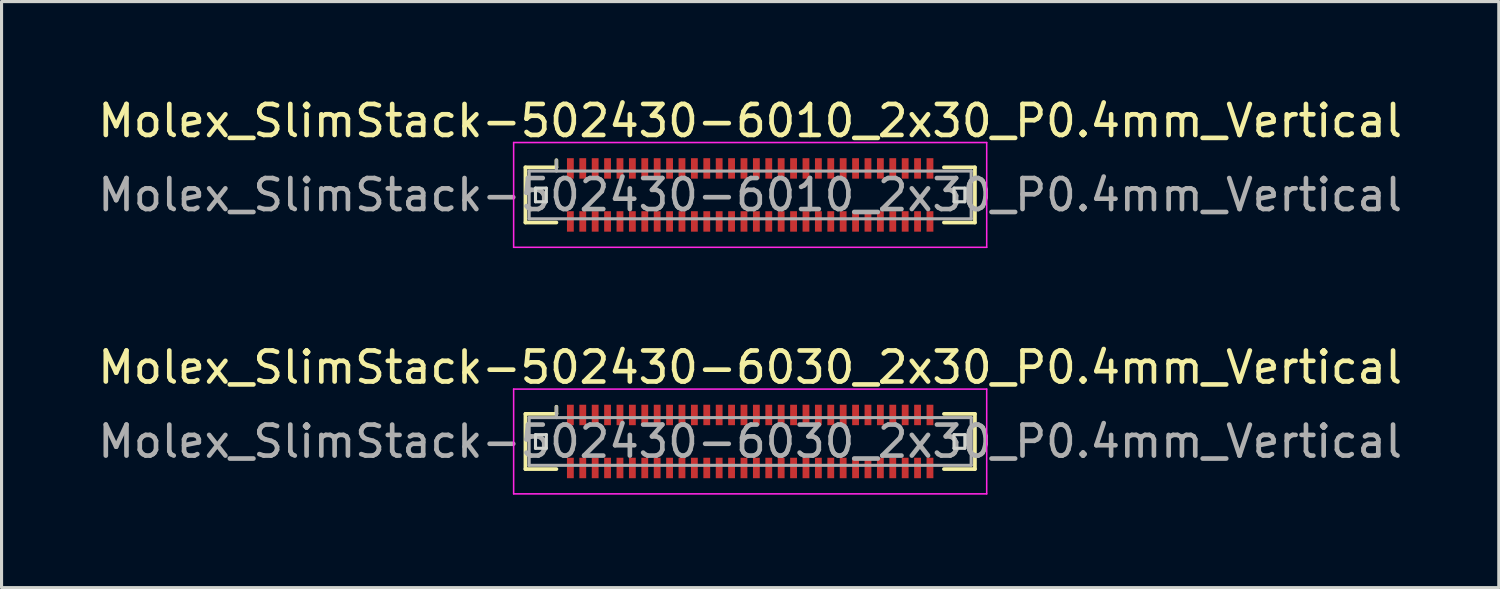
<source format=kicad_pcb>
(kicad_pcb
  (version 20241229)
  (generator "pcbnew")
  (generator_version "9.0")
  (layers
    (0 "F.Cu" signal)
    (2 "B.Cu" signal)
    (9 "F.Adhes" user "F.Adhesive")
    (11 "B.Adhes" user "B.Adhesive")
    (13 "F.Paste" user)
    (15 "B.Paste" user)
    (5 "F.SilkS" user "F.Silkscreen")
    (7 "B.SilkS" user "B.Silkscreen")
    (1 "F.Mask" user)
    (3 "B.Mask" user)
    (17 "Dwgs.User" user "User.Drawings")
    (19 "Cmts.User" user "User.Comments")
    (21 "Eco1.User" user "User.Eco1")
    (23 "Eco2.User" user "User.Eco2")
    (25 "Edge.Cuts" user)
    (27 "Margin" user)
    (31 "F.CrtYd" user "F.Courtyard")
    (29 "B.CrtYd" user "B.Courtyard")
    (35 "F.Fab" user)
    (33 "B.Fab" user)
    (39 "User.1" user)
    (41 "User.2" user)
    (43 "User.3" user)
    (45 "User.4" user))
  (footprint "Molex_SlimStack-502430-6010_2x30_P0.4mm_Vertical"
    (layer "F.Cu")
    (at 21.149 3.238)
    (property "Reference" "Molex_SlimStack-502430-6010_2x30_P0.4mm_Vertical" (at 0 -2.39 0) (layer "F.SilkS") (effects (font (size 1 1) (thickness 0.15))))
    (attr smd)
    (fp_line (start -7.25 -0.89) (end -6.25 -0.89) (stroke (width 0.12) (type solid)) (layer "F.SilkS"))
    (fp_line (start -7.25 0.89) (end -7.25 -0.89) (stroke (width 0.12) (type solid)) (layer "F.SilkS"))
    (fp_line (start -6.25 -0.89) (end -6.25 -1.12) (stroke (width 0.12) (type solid)) (layer "F.SilkS"))
    (fp_line (start -6.25 0.89) (end -7.25 0.89) (stroke (width 0.12) (type solid)) (layer "F.SilkS"))
    (fp_line (start 6.25 0.89) (end 7.25 0.89) (stroke (width 0.12) (type solid)) (layer "F.SilkS"))
    (fp_line (start 7.25 -0.89) (end 6.25 -0.89) (stroke (width 0.12) (type solid)) (layer "F.SilkS"))
    (fp_line (start 7.25 0.89) (end 7.25 -0.89) (stroke (width 0.12) (type solid)) (layer "F.SilkS"))
    (fp_line (start -6.925 -0.22) (end -6.925 0.22) (stroke (width 0.1) (type solid)) (layer "Edge.Cuts"))
    (fp_line (start -6.925 0.22) (end -6.575 0.22) (stroke (width 0.1) (type solid)) (layer "Edge.Cuts"))
    (fp_line (start -6.575 -0.22) (end -6.925 -0.22) (stroke (width 0.1) (type solid)) (layer "Edge.Cuts"))
    (fp_line (start -6.575 0.22) (end -6.575 -0.22) (stroke (width 0.1) (type solid)) (layer "Edge.Cuts"))
    (fp_line (start 6.575 -0.22) (end 6.575 0.22) (stroke (width 0.1) (type solid)) (layer "Edge.Cuts"))
    (fp_line (start 6.575 0.22) (end 6.925 0.22) (stroke (width 0.1) (type solid)) (layer "Edge.Cuts"))
    (fp_line (start 6.925 -0.22) (end 6.575 -0.22) (stroke (width 0.1) (type solid)) (layer "Edge.Cuts"))
    (fp_line (start 6.925 0.22) (end 6.925 -0.22) (stroke (width 0.1) (type solid)) (layer "Edge.Cuts"))
    (fp_line (start -7.63 -1.69) (end -7.63 1.69) (stroke (width 0.05) (type solid)) (layer "F.CrtYd"))
    (fp_line (start -7.63 1.69) (end 7.63 1.69) (stroke (width 0.05) (type solid)) (layer "F.CrtYd"))
    (fp_line (start 7.63 -1.69) (end -7.63 -1.69) (stroke (width 0.05) (type solid)) (layer "F.CrtYd"))
    (fp_line (start 7.63 1.69) (end 7.63 -1.69) (stroke (width 0.05) (type solid)) (layer "F.CrtYd"))
    (fp_line (start -7.13 -0.77) (end -7.13 0.77) (stroke (width 0.1) (type solid)) (layer "F.Fab"))
    (fp_line (start -7.13 0.77) (end 7.13 0.77) (stroke (width 0.1) (type solid)) (layer "F.Fab"))
    (fp_line (start -6.25 -0.77) (end -6.25 -1.12) (stroke (width 0.1) (type solid)) (layer "F.Fab"))
    (fp_line (start 7.13 -0.77) (end -7.13 -0.77) (stroke (width 0.1) (type solid)) (layer "F.Fab"))
    (fp_line (start 7.13 0.77) (end 7.13 -0.77) (stroke (width 0.1) (type solid)) (layer "F.Fab"))
    (fp_text user "${REFERENCE}" (at 0 0 0) (layer "F.Fab") (effects (font (size 1 1) (thickness 0.15))))
    (pad "1" smd rect (at -5.8 -0.855) (size 0.22 0.66) (layers "F.Cu" "F.Mask" "F.Paste"))
    (pad "2" smd rect (at -5.8 0.855) (size 0.22 0.66) (layers "F.Cu" "F.Mask" "F.Paste"))
    (pad "3" smd rect (at -5.4 -0.855) (size 0.22 0.66) (layers "F.Cu" "F.Mask" "F.Paste"))
    (pad "4" smd rect (at -5.4 0.855) (size 0.22 0.66) (layers "F.Cu" "F.Mask" "F.Paste"))
    (pad "5" smd rect (at -5 -0.855) (size 0.22 0.66) (layers "F.Cu" "F.Mask" "F.Paste"))
    (pad "6" smd rect (at -5 0.855) (size 0.22 0.66) (layers "F.Cu" "F.Mask" "F.Paste"))
    (pad "7" smd rect (at -4.6 -0.855) (size 0.22 0.66) (layers "F.Cu" "F.Mask" "F.Paste"))
    (pad "8" smd rect (at -4.6 0.855) (size 0.22 0.66) (layers "F.Cu" "F.Mask" "F.Paste"))
    (pad "9" smd rect (at -4.2 -0.855) (size 0.22 0.66) (layers "F.Cu" "F.Mask" "F.Paste"))
    (pad "10" smd rect (at -4.2 0.855) (size 0.22 0.66) (layers "F.Cu" "F.Mask" "F.Paste"))
    (pad "11" smd rect (at -3.8 -0.855) (size 0.22 0.66) (layers "F.Cu" "F.Mask" "F.Paste"))
    (pad "12" smd rect (at -3.8 0.855) (size 0.22 0.66) (layers "F.Cu" "F.Mask" "F.Paste"))
    (pad "13" smd rect (at -3.4 -0.855) (size 0.22 0.66) (layers "F.Cu" "F.Mask" "F.Paste"))
    (pad "14" smd rect (at -3.4 0.855) (size 0.22 0.66) (layers "F.Cu" "F.Mask" "F.Paste"))
    (pad "15" smd rect (at -3 -0.855) (size 0.22 0.66) (layers "F.Cu" "F.Mask" "F.Paste"))
    (pad "16" smd rect (at -3 0.855) (size 0.22 0.66) (layers "F.Cu" "F.Mask" "F.Paste"))
    (pad "17" smd rect (at -2.6 -0.855) (size 0.22 0.66) (layers "F.Cu" "F.Mask" "F.Paste"))
    (pad "18" smd rect (at -2.6 0.855) (size 0.22 0.66) (layers "F.Cu" "F.Mask" "F.Paste"))
    (pad "19" smd rect (at -2.2 -0.855) (size 0.22 0.66) (layers "F.Cu" "F.Mask" "F.Paste"))
    (pad "20" smd rect (at -2.2 0.855) (size 0.22 0.66) (layers "F.Cu" "F.Mask" "F.Paste"))
    (pad "21" smd rect (at -1.8 -0.855) (size 0.22 0.66) (layers "F.Cu" "F.Mask" "F.Paste"))
    (pad "22" smd rect (at -1.8 0.855) (size 0.22 0.66) (layers "F.Cu" "F.Mask" "F.Paste"))
    (pad "23" smd rect (at -1.4 -0.855) (size 0.22 0.66) (layers "F.Cu" "F.Mask" "F.Paste"))
    (pad "24" smd rect (at -1.4 0.855) (size 0.22 0.66) (layers "F.Cu" "F.Mask" "F.Paste"))
    (pad "25" smd rect (at -1 -0.855) (size 0.22 0.66) (layers "F.Cu" "F.Mask" "F.Paste"))
    (pad "26" smd rect (at -1 0.855) (size 0.22 0.66) (layers "F.Cu" "F.Mask" "F.Paste"))
    (pad "27" smd rect (at -0.6 -0.855) (size 0.22 0.66) (layers "F.Cu" "F.Mask" "F.Paste"))
    (pad "28" smd rect (at -0.6 0.855) (size 0.22 0.66) (layers "F.Cu" "F.Mask" "F.Paste"))
    (pad "29" smd rect (at -0.2 -0.855) (size 0.22 0.66) (layers "F.Cu" "F.Mask" "F.Paste"))
    (pad "30" smd rect (at -0.2 0.855) (size 0.22 0.66) (layers "F.Cu" "F.Mask" "F.Paste"))
    (pad "31" smd rect (at 0.2 -0.855) (size 0.22 0.66) (layers "F.Cu" "F.Mask" "F.Paste"))
    (pad "32" smd rect (at 0.2 0.855) (size 0.22 0.66) (layers "F.Cu" "F.Mask" "F.Paste"))
    (pad "33" smd rect (at 0.6 -0.855) (size 0.22 0.66) (layers "F.Cu" "F.Mask" "F.Paste"))
    (pad "34" smd rect (at 0.6 0.855) (size 0.22 0.66) (layers "F.Cu" "F.Mask" "F.Paste"))
    (pad "35" smd rect (at 1 -0.855) (size 0.22 0.66) (layers "F.Cu" "F.Mask" "F.Paste"))
    (pad "36" smd rect (at 1 0.855) (size 0.22 0.66) (layers "F.Cu" "F.Mask" "F.Paste"))
    (pad "37" smd rect (at 1.4 -0.855) (size 0.22 0.66) (layers "F.Cu" "F.Mask" "F.Paste"))
    (pad "38" smd rect (at 1.4 0.855) (size 0.22 0.66) (layers "F.Cu" "F.Mask" "F.Paste"))
    (pad "39" smd rect (at 1.8 -0.855) (size 0.22 0.66) (layers "F.Cu" "F.Mask" "F.Paste"))
    (pad "40" smd rect (at 1.8 0.855) (size 0.22 0.66) (layers "F.Cu" "F.Mask" "F.Paste"))
    (pad "41" smd rect (at 2.2 -0.855) (size 0.22 0.66) (layers "F.Cu" "F.Mask" "F.Paste"))
    (pad "42" smd rect (at 2.2 0.855) (size 0.22 0.66) (layers "F.Cu" "F.Mask" "F.Paste"))
    (pad "43" smd rect (at 2.6 -0.855) (size 0.22 0.66) (layers "F.Cu" "F.Mask" "F.Paste"))
    (pad "44" smd rect (at 2.6 0.855) (size 0.22 0.66) (layers "F.Cu" "F.Mask" "F.Paste"))
    (pad "45" smd rect (at 3 -0.855) (size 0.22 0.66) (layers "F.Cu" "F.Mask" "F.Paste"))
    (pad "46" smd rect (at 3 0.855) (size 0.22 0.66) (layers "F.Cu" "F.Mask" "F.Paste"))
    (pad "47" smd rect (at 3.4 -0.855) (size 0.22 0.66) (layers "F.Cu" "F.Mask" "F.Paste"))
    (pad "48" smd rect (at 3.4 0.855) (size 0.22 0.66) (layers "F.Cu" "F.Mask" "F.Paste"))
    (pad "49" smd rect (at 3.8 -0.855) (size 0.22 0.66) (layers "F.Cu" "F.Mask" "F.Paste"))
    (pad "50" smd rect (at 3.8 0.855) (size 0.22 0.66) (layers "F.Cu" "F.Mask" "F.Paste"))
    (pad "51" smd rect (at 4.2 -0.855) (size 0.22 0.66) (layers "F.Cu" "F.Mask" "F.Paste"))
    (pad "52" smd rect (at 4.2 0.855) (size 0.22 0.66) (layers "F.Cu" "F.Mask" "F.Paste"))
    (pad "53" smd rect (at 4.6 -0.855) (size 0.22 0.66) (layers "F.Cu" "F.Mask" "F.Paste"))
    (pad "54" smd rect (at 4.6 0.855) (size 0.22 0.66) (layers "F.Cu" "F.Mask" "F.Paste"))
    (pad "55" smd rect (at 5 -0.855) (size 0.22 0.66) (layers "F.Cu" "F.Mask" "F.Paste"))
    (pad "56" smd rect (at 5 0.855) (size 0.22 0.66) (layers "F.Cu" "F.Mask" "F.Paste"))
    (pad "57" smd rect (at 5.4 -0.855) (size 0.22 0.66) (layers "F.Cu" "F.Mask" "F.Paste"))
    (pad "58" smd rect (at 5.4 0.855) (size 0.22 0.66) (layers "F.Cu" "F.Mask" "F.Paste"))
    (pad "59" smd rect (at 5.8 -0.855) (size 0.22 0.66) (layers "F.Cu" "F.Mask" "F.Paste"))
    (pad "60" smd rect (at 5.8 0.855) (size 0.22 0.66) (layers "F.Cu" "F.Mask" "F.Paste")))
  (footprint "Molex_SlimStack-502430-6030_2x30_P0.4mm_Vertical"
    (layer "F.Cu")
    (at 21.149 11.191)
    (property "Reference" "Molex_SlimStack-502430-6030_2x30_P0.4mm_Vertical" (at 0 -2.39 0) (layer "F.SilkS") (effects (font (size 1 1) (thickness 0.15))))
    (attr smd)
    (fp_line (start -7.25 -0.89) (end -6.25 -0.89) (stroke (width 0.12) (type solid)) (layer "F.SilkS"))
    (fp_line (start -7.25 0.89) (end -7.25 -0.89) (stroke (width 0.12) (type solid)) (layer "F.SilkS"))
    (fp_line (start -6.25 -0.89) (end -6.25 -1.12) (stroke (width 0.12) (type solid)) (layer "F.SilkS"))
    (fp_line (start -6.25 0.89) (end -7.25 0.89) (stroke (width 0.12) (type solid)) (layer "F.SilkS"))
    (fp_line (start 6.25 0.89) (end 7.25 0.89) (stroke (width 0.12) (type solid)) (layer "F.SilkS"))
    (fp_line (start 7.25 -0.89) (end 6.25 -0.89) (stroke (width 0.12) (type solid)) (layer "F.SilkS"))
    (fp_line (start 7.25 0.89) (end 7.25 -0.89) (stroke (width 0.12) (type solid)) (layer "F.SilkS"))
    (fp_line (start -6.925 -0.22) (end -6.925 0.22) (stroke (width 0.1) (type solid)) (layer "Edge.Cuts"))
    (fp_line (start -6.925 0.22) (end -6.575 0.22) (stroke (width 0.1) (type solid)) (layer "Edge.Cuts"))
    (fp_line (start -6.575 -0.22) (end -6.925 -0.22) (stroke (width 0.1) (type solid)) (layer "Edge.Cuts"))
    (fp_line (start -6.575 0.22) (end -6.575 -0.22) (stroke (width 0.1) (type solid)) (layer "Edge.Cuts"))
    (fp_line (start 6.575 -0.22) (end 6.575 0.22) (stroke (width 0.1) (type solid)) (layer "Edge.Cuts"))
    (fp_line (start 6.575 0.22) (end 6.925 0.22) (stroke (width 0.1) (type solid)) (layer "Edge.Cuts"))
    (fp_line (start 6.925 -0.22) (end 6.575 -0.22) (stroke (width 0.1) (type solid)) (layer "Edge.Cuts"))
    (fp_line (start 6.925 0.22) (end 6.925 -0.22) (stroke (width 0.1) (type solid)) (layer "Edge.Cuts"))
    (fp_line (start -7.63 -1.69) (end -7.63 1.69) (stroke (width 0.05) (type solid)) (layer "F.CrtYd"))
    (fp_line (start -7.63 1.69) (end 7.63 1.69) (stroke (width 0.05) (type solid)) (layer "F.CrtYd"))
    (fp_line (start 7.63 -1.69) (end -7.63 -1.69) (stroke (width 0.05) (type solid)) (layer "F.CrtYd"))
    (fp_line (start 7.63 1.69) (end 7.63 -1.69) (stroke (width 0.05) (type solid)) (layer "F.CrtYd"))
    (fp_line (start -7.13 -0.77) (end -7.13 0.77) (stroke (width 0.1) (type solid)) (layer "F.Fab"))
    (fp_line (start -7.13 0.77) (end 7.13 0.77) (stroke (width 0.1) (type solid)) (layer "F.Fab"))
    (fp_line (start -6.25 -0.77) (end -6.25 -1.12) (stroke (width 0.1) (type solid)) (layer "F.Fab"))
    (fp_line (start 7.13 -0.77) (end -7.13 -0.77) (stroke (width 0.1) (type solid)) (layer "F.Fab"))
    (fp_line (start 7.13 0.77) (end 7.13 -0.77) (stroke (width 0.1) (type solid)) (layer "F.Fab"))
    (fp_text user "${REFERENCE}" (at 0 0 0) (layer "F.Fab") (effects (font (size 1 1) (thickness 0.15))))
    (pad "1" smd rect (at -5.8 -0.855) (size 0.22 0.66) (layers "F.Cu" "F.Mask" "F.Paste"))
    (pad "2" smd rect (at -5.8 0.855) (size 0.22 0.66) (layers "F.Cu" "F.Mask" "F.Paste"))
    (pad "3" smd rect (at -5.4 -0.855) (size 0.22 0.66) (layers "F.Cu" "F.Mask" "F.Paste"))
    (pad "4" smd rect (at -5.4 0.855) (size 0.22 0.66) (layers "F.Cu" "F.Mask" "F.Paste"))
    (pad "5" smd rect (at -5 -0.855) (size 0.22 0.66) (layers "F.Cu" "F.Mask" "F.Paste"))
    (pad "6" smd rect (at -5 0.855) (size 0.22 0.66) (layers "F.Cu" "F.Mask" "F.Paste"))
    (pad "7" smd rect (at -4.6 -0.855) (size 0.22 0.66) (layers "F.Cu" "F.Mask" "F.Paste"))
    (pad "8" smd rect (at -4.6 0.855) (size 0.22 0.66) (layers "F.Cu" "F.Mask" "F.Paste"))
    (pad "9" smd rect (at -4.2 -0.855) (size 0.22 0.66) (layers "F.Cu" "F.Mask" "F.Paste"))
    (pad "10" smd rect (at -4.2 0.855) (size 0.22 0.66) (layers "F.Cu" "F.Mask" "F.Paste"))
    (pad "11" smd rect (at -3.8 -0.855) (size 0.22 0.66) (layers "F.Cu" "F.Mask" "F.Paste"))
    (pad "12" smd rect (at -3.8 0.855) (size 0.22 0.66) (layers "F.Cu" "F.Mask" "F.Paste"))
    (pad "13" smd rect (at -3.4 -0.855) (size 0.22 0.66) (layers "F.Cu" "F.Mask" "F.Paste"))
    (pad "14" smd rect (at -3.4 0.855) (size 0.22 0.66) (layers "F.Cu" "F.Mask" "F.Paste"))
    (pad "15" smd rect (at -3 -0.855) (size 0.22 0.66) (layers "F.Cu" "F.Mask" "F.Paste"))
    (pad "16" smd rect (at -3 0.855) (size 0.22 0.66) (layers "F.Cu" "F.Mask" "F.Paste"))
    (pad "17" smd rect (at -2.6 -0.855) (size 0.22 0.66) (layers "F.Cu" "F.Mask" "F.Paste"))
    (pad "18" smd rect (at -2.6 0.855) (size 0.22 0.66) (layers "F.Cu" "F.Mask" "F.Paste"))
    (pad "19" smd rect (at -2.2 -0.855) (size 0.22 0.66) (layers "F.Cu" "F.Mask" "F.Paste"))
    (pad "20" smd rect (at -2.2 0.855) (size 0.22 0.66) (layers "F.Cu" "F.Mask" "F.Paste"))
    (pad "21" smd rect (at -1.8 -0.855) (size 0.22 0.66) (layers "F.Cu" "F.Mask" "F.Paste"))
    (pad "22" smd rect (at -1.8 0.855) (size 0.22 0.66) (layers "F.Cu" "F.Mask" "F.Paste"))
    (pad "23" smd rect (at -1.4 -0.855) (size 0.22 0.66) (layers "F.Cu" "F.Mask" "F.Paste"))
    (pad "24" smd rect (at -1.4 0.855) (size 0.22 0.66) (layers "F.Cu" "F.Mask" "F.Paste"))
    (pad "25" smd rect (at -1 -0.855) (size 0.22 0.66) (layers "F.Cu" "F.Mask" "F.Paste"))
    (pad "26" smd rect (at -1 0.855) (size 0.22 0.66) (layers "F.Cu" "F.Mask" "F.Paste"))
    (pad "27" smd rect (at -0.6 -0.855) (size 0.22 0.66) (layers "F.Cu" "F.Mask" "F.Paste"))
    (pad "28" smd rect (at -0.6 0.855) (size 0.22 0.66) (layers "F.Cu" "F.Mask" "F.Paste"))
    (pad "29" smd rect (at -0.2 -0.855) (size 0.22 0.66) (layers "F.Cu" "F.Mask" "F.Paste"))
    (pad "30" smd rect (at -0.2 0.855) (size 0.22 0.66) (layers "F.Cu" "F.Mask" "F.Paste"))
    (pad "31" smd rect (at 0.2 -0.855) (size 0.22 0.66) (layers "F.Cu" "F.Mask" "F.Paste"))
    (pad "32" smd rect (at 0.2 0.855) (size 0.22 0.66) (layers "F.Cu" "F.Mask" "F.Paste"))
    (pad "33" smd rect (at 0.6 -0.855) (size 0.22 0.66) (layers "F.Cu" "F.Mask" "F.Paste"))
    (pad "34" smd rect (at 0.6 0.855) (size 0.22 0.66) (layers "F.Cu" "F.Mask" "F.Paste"))
    (pad "35" smd rect (at 1 -0.855) (size 0.22 0.66) (layers "F.Cu" "F.Mask" "F.Paste"))
    (pad "36" smd rect (at 1 0.855) (size 0.22 0.66) (layers "F.Cu" "F.Mask" "F.Paste"))
    (pad "37" smd rect (at 1.4 -0.855) (size 0.22 0.66) (layers "F.Cu" "F.Mask" "F.Paste"))
    (pad "38" smd rect (at 1.4 0.855) (size 0.22 0.66) (layers "F.Cu" "F.Mask" "F.Paste"))
    (pad "39" smd rect (at 1.8 -0.855) (size 0.22 0.66) (layers "F.Cu" "F.Mask" "F.Paste"))
    (pad "40" smd rect (at 1.8 0.855) (size 0.22 0.66) (layers "F.Cu" "F.Mask" "F.Paste"))
    (pad "41" smd rect (at 2.2 -0.855) (size 0.22 0.66) (layers "F.Cu" "F.Mask" "F.Paste"))
    (pad "42" smd rect (at 2.2 0.855) (size 0.22 0.66) (layers "F.Cu" "F.Mask" "F.Paste"))
    (pad "43" smd rect (at 2.6 -0.855) (size 0.22 0.66) (layers "F.Cu" "F.Mask" "F.Paste"))
    (pad "44" smd rect (at 2.6 0.855) (size 0.22 0.66) (layers "F.Cu" "F.Mask" "F.Paste"))
    (pad "45" smd rect (at 3 -0.855) (size 0.22 0.66) (layers "F.Cu" "F.Mask" "F.Paste"))
    (pad "46" smd rect (at 3 0.855) (size 0.22 0.66) (layers "F.Cu" "F.Mask" "F.Paste"))
    (pad "47" smd rect (at 3.4 -0.855) (size 0.22 0.66) (layers "F.Cu" "F.Mask" "F.Paste"))
    (pad "48" smd rect (at 3.4 0.855) (size 0.22 0.66) (layers "F.Cu" "F.Mask" "F.Paste"))
    (pad "49" smd rect (at 3.8 -0.855) (size 0.22 0.66) (layers "F.Cu" "F.Mask" "F.Paste"))
    (pad "50" smd rect (at 3.8 0.855) (size 0.22 0.66) (layers "F.Cu" "F.Mask" "F.Paste"))
    (pad "51" smd rect (at 4.2 -0.855) (size 0.22 0.66) (layers "F.Cu" "F.Mask" "F.Paste"))
    (pad "52" smd rect (at 4.2 0.855) (size 0.22 0.66) (layers "F.Cu" "F.Mask" "F.Paste"))
    (pad "53" smd rect (at 4.6 -0.855) (size 0.22 0.66) (layers "F.Cu" "F.Mask" "F.Paste"))
    (pad "54" smd rect (at 4.6 0.855) (size 0.22 0.66) (layers "F.Cu" "F.Mask" "F.Paste"))
    (pad "55" smd rect (at 5 -0.855) (size 0.22 0.66) (layers "F.Cu" "F.Mask" "F.Paste"))
    (pad "56" smd rect (at 5 0.855) (size 0.22 0.66) (layers "F.Cu" "F.Mask" "F.Paste"))
    (pad "57" smd rect (at 5.4 -0.855) (size 0.22 0.66) (layers "F.Cu" "F.Mask" "F.Paste"))
    (pad "58" smd rect (at 5.4 0.855) (size 0.22 0.66) (layers "F.Cu" "F.Mask" "F.Paste"))
    (pad "59" smd rect (at 5.8 -0.855) (size 0.22 0.66) (layers "F.Cu" "F.Mask" "F.Paste"))
    (pad "60" smd rect (at 5.8 0.855) (size 0.22 0.66) (layers "F.Cu" "F.Mask" "F.Paste")))
  (gr_rect
    (start -3 -3)
    (end 45.298 15.906)
    (stroke (width 0.1) (type default))
    (fill no)
    (layer "Edge.Cuts")))
</source>
